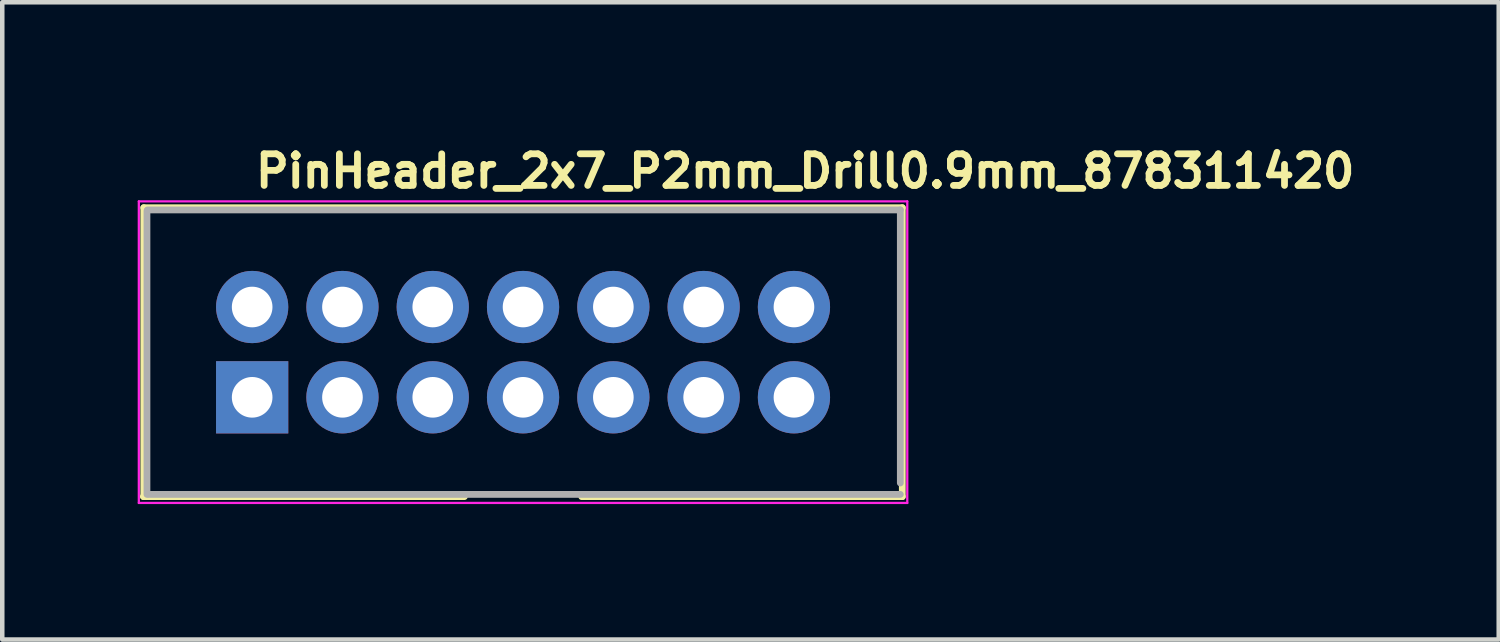
<source format=kicad_pcb>
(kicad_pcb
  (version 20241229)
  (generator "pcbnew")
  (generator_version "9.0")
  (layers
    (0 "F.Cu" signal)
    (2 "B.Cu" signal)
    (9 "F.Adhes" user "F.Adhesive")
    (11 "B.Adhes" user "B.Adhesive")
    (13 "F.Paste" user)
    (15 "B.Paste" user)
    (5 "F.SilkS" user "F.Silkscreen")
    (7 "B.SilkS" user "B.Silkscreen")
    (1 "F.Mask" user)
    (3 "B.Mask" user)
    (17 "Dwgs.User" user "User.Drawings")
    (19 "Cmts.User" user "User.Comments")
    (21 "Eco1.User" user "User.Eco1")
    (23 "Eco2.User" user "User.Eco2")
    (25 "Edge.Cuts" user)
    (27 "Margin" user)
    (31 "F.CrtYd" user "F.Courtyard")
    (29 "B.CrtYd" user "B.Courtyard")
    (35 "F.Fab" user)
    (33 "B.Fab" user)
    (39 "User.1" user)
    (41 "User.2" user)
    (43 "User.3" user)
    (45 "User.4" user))
  (footprint "PinHeader_2x7_P2mm_Drill0.9mm_878311420"
    (layer "F.Cu")
    (at 2.535 5.75)
    (property "Reference" "PinHeader_2x7_P2mm_Drill0.9mm_878311420" (at 0 -4.6 0) (layer "F.SilkS") (effects (font (size 0.7 0.7) (thickness 0.15)) (justify left bottom)))
    (attr through_hole)
    (fp_line (start -2.41 2.2) (end 4.7 2.2) (stroke (width 0.15) (type solid)) (layer "F.SilkS"))
    (fp_line (start -2.4 -4.2) (end 14.4 -4.2) (stroke (width 0.15) (type solid)) (layer "F.SilkS"))
    (fp_line (start -2.4 2.2) (end -2.4 -4.2) (stroke (width 0.15) (type solid)) (layer "F.SilkS"))
    (fp_line (start 14.4 -4.2) (end 14.4 2.2) (stroke (width 0.15) (type solid)) (layer "F.SilkS"))
    (fp_line (start 14.4 2.2) (end 7.3 2.2) (stroke (width 0.15) (type solid)) (layer "F.SilkS"))
    (fp_line (start -2.51 -4.34) (end 14.51 -4.34) (stroke (width 0.05) (type solid)) (layer "F.CrtYd"))
    (fp_line (start -2.51 2.34) (end -2.51 -4.34) (stroke (width 0.05) (type solid)) (layer "F.CrtYd"))
    (fp_line (start -2.51 2.34) (end 14.51 2.34) (stroke (width 0.05) (type solid)) (layer "F.CrtYd"))
    (fp_line (start 14.51 2.34) (end 14.51 -4.34) (stroke (width 0.05) (type solid)) (layer "F.CrtYd"))
    (fp_line (start -2.33 2.15) (end -2.33 -4.13) (stroke (width 0.15) (type solid)) (layer "F.Fab"))
    (fp_line (start 14.356 -4.15) (end -2.32 -4.15) (stroke (width 0.15) (type solid)) (layer "F.Fab"))
    (fp_line (start 14.356 1.898) (end 14.356 -4.15) (stroke (width 0.15) (type solid)) (layer "F.Fab"))
    (fp_line (start 14.356 2.15) (end -2.293 2.15) (stroke (width 0.15) (type solid)) (layer "F.Fab"))
    (fp_rect (start 14.326 2.15) (end -2.325 -4.15) (stroke (width 0.1) (type solid)) (fill no) (layer "User.5"))
    (fp_line (start -2.325 -4.15) (end -2.325 -1.749) (stroke (width 0.02) (type solid)) (layer "User.9"))
    (fp_line (start -2.325 -1.749) (end -2.023 -1.749) (stroke (width 0.02) (type solid)) (layer "User.9"))
    (fp_line (start -2.325 -1.148) (end -2.325 -1.749) (stroke (width 0.02) (type solid)) (layer "User.9"))
    (fp_line (start -2.325 -1.148) (end -1.425 -1.148) (stroke (width 0.02) (type solid)) (layer "User.9"))
    (fp_line (start -2.325 0.15) (end -2.325 -1.148) (stroke (width 0.02) (type solid)) (layer "User.9"))
    (fp_line (start -2.325 0.75) (end -2.325 0.15) (stroke (width 0.02) (type solid)) (layer "User.9"))
    (fp_line (start -2.325 0.75) (end -2.325 2.15) (stroke (width 0.02) (type solid)) (layer "User.9"))
    (fp_line (start -2.023 -3.85) (end 14.026 -3.85) (stroke (width 0.02) (type solid)) (layer "User.9"))
    (fp_line (start -2.023 -1.749) (end -2.023 -3.85) (stroke (width 0.02) (type solid)) (layer "User.9"))
    (fp_line (start -2.023 0.75) (end -2.325 0.75) (stroke (width 0.02) (type solid)) (layer "User.9"))
    (fp_line (start -2.023 1.851) (end -2.023 0.75) (stroke (width 0.02) (type solid)) (layer "User.9"))
    (fp_line (start -1.425 -3.249) (end -2.023 -3.85) (stroke (width 0.02) (type solid)) (layer "User.9"))
    (fp_line (start -1.425 -3.249) (end -1.024 -3.249) (stroke (width 0.02) (type solid)) (layer "User.9"))
    (fp_line (start -1.425 -1.148) (end -2.023 -1.749) (stroke (width 0.02) (type solid)) (layer "User.9"))
    (fp_line (start -1.425 -1.148) (end -1.425 -3.249) (stroke (width 0.02) (type solid)) (layer "User.9"))
    (fp_line (start -1.425 0.15) (end -2.325 0.15) (stroke (width 0.02) (type solid)) (layer "User.9"))
    (fp_line (start -1.425 0.15) (end -2.023 0.75) (stroke (width 0.02) (type solid)) (layer "User.9"))
    (fp_line (start -1.425 1.25) (end -2.023 1.851) (stroke (width 0.02) (type solid)) (layer "User.9"))
    (fp_line (start -1.425 1.25) (end -1.425 0.15) (stroke (width 0.02) (type solid)) (layer "User.9"))
    (fp_line (start -1.024 -3.249) (end -1.024 -3.499) (stroke (width 0.02) (type solid)) (layer "User.9"))
    (fp_line (start -1.024 1.25) (end -1.425 1.25) (stroke (width 0.02) (type solid)) (layer "User.9"))
    (fp_line (start -1.024 1.25) (end -1.024 1.5) (stroke (width 0.02) (type solid)) (layer "User.9"))
    (fp_line (start -0.4 -3.499) (end -1.024 -3.499) (stroke (width 0.02) (type solid)) (layer "User.9"))
    (fp_line (start -0.4 -3.249) (end -0.4 -3.499) (stroke (width 0.02) (type solid)) (layer "User.9"))
    (fp_line (start -0.4 -3.249) (end 0.402 -3.249) (stroke (width 0.02) (type solid)) (layer "User.9"))
    (fp_line (start -0.325 2.13) (end 0.677 2.13) (stroke (width 0.02) (type solid)) (layer "User.9"))
    (fp_line (start -0.325 2.15) (end -2.325 2.15) (stroke (width 0.02) (type solid)) (layer "User.9"))
    (fp_line (start -0.325 2.15) (end -0.325 2.13) (stroke (width 0.02) (type solid)) (layer "User.9"))
    (fp_line (start -0.325 2.15) (end 0.176 2.15) (stroke (width 0.02) (type solid)) (layer "User.9"))
    (fp_line (start -0.248 -1.749) (end -0.248 -2.249) (stroke (width 0.02) (type solid)) (layer "User.9"))
    (fp_line (start -0.248 0.25) (end -0.248 -0.248) (stroke (width 0.02) (type solid)) (layer "User.9"))
    (fp_line (start -0.1 -2.1) (end -0.248 -2.249) (stroke (width 0.02) (type solid)) (layer "User.9"))
    (fp_line (start -0.1 -1.898) (end -0.248 -1.749) (stroke (width 0.02) (type solid)) (layer "User.9"))
    (fp_line (start -0.1 -1.898) (end -0.1 -2.1) (stroke (width 0.02) (type solid)) (layer "User.9"))
    (fp_line (start -0.1 -0.1) (end -0.248 -0.248) (stroke (width 0.02) (type solid)) (layer "User.9"))
    (fp_line (start -0.1 0.102) (end -0.248 0.25) (stroke (width 0.02) (type solid)) (layer "User.9"))
    (fp_line (start -0.1 0.102) (end -0.1 -0.1) (stroke (width 0.02) (type solid)) (layer "User.9"))
    (fp_line (start 0.102 -2.1) (end -0.1 -2.1) (stroke (width 0.02) (type solid)) (layer "User.9"))
    (fp_line (start 0.102 -2.1) (end 0.102 -1.898) (stroke (width 0.02) (type solid)) (layer "User.9"))
    (fp_line (start 0.102 -2.1) (end 0.25 -2.249) (stroke (width 0.02) (type solid)) (layer "User.9"))
    (fp_line (start 0.102 -1.898) (end -0.1 -1.898) (stroke (width 0.02) (type solid)) (layer "User.9"))
    (fp_line (start 0.102 -0.1) (end -0.1 -0.1) (stroke (width 0.02) (type solid)) (layer "User.9"))
    (fp_line (start 0.102 -0.1) (end 0.102 0.102) (stroke (width 0.02) (type solid)) (layer "User.9"))
    (fp_line (start 0.102 -0.1) (end 0.25 -0.248) (stroke (width 0.02) (type solid)) (layer "User.9"))
    (fp_line (start 0.102 0.102) (end -0.1 0.102) (stroke (width 0.02) (type solid)) (layer "User.9"))
    (fp_line (start 0.102 0.102) (end 0.25 0.25) (stroke (width 0.02) (type solid)) (layer "User.9"))
    (fp_line (start 0.176 2.15) (end 0.176 2.13) (stroke (width 0.02) (type solid)) (layer "User.9"))
    (fp_line (start 0.176 2.15) (end 0.677 2.15) (stroke (width 0.02) (type solid)) (layer "User.9"))
    (fp_line (start 0.25 -2.249) (end -0.248 -2.249) (stroke (width 0.02) (type solid)) (layer "User.9"))
    (fp_line (start 0.25 -2.249) (end 0.25 -1.749) (stroke (width 0.02) (type solid)) (layer "User.9"))
    (fp_line (start 0.25 -1.749) (end -0.248 -1.749) (stroke (width 0.02) (type solid)) (layer "User.9"))
    (fp_line (start 0.25 -1.749) (end 0.102 -1.898) (stroke (width 0.02) (type solid)) (layer "User.9"))
    (fp_line (start 0.25 -0.248) (end -0.248 -0.248) (stroke (width 0.02) (type solid)) (layer "User.9"))
    (fp_line (start 0.25 -0.248) (end 0.25 0.25) (stroke (width 0.02) (type solid)) (layer "User.9"))
    (fp_line (start 0.25 0.25) (end -0.248 0.25) (stroke (width 0.02) (type solid)) (layer "User.9"))
    (fp_line (start 0.389 1.25) (end 3.613 1.25) (stroke (width 0.02) (type solid)) (layer "User.9"))
    (fp_line (start 0.389 1.5) (end 0.389 1.25) (stroke (width 0.02) (type solid)) (layer "User.9"))
    (fp_line (start 0.402 -3.249) (end 0.402 -3.499) (stroke (width 0.02) (type solid)) (layer "User.9"))
    (fp_line (start 0.677 2.15) (end 0.677 2.13) (stroke (width 0.02) (type solid)) (layer "User.9"))
    (fp_line (start 1.75 -1.749) (end 1.75 -2.249) (stroke (width 0.02) (type solid)) (layer "User.9"))
    (fp_line (start 1.75 0.25) (end 1.75 -0.248) (stroke (width 0.02) (type solid)) (layer "User.9"))
    (fp_line (start 1.901 -2.1) (end 1.75 -2.249) (stroke (width 0.02) (type solid)) (layer "User.9"))
    (fp_line (start 1.901 -1.898) (end 1.75 -1.749) (stroke (width 0.02) (type solid)) (layer "User.9"))
    (fp_line (start 1.901 -1.898) (end 1.901 -2.1) (stroke (width 0.02) (type solid)) (layer "User.9"))
    (fp_line (start 1.901 -0.1) (end 1.75 -0.248) (stroke (width 0.02) (type solid)) (layer "User.9"))
    (fp_line (start 1.901 0.102) (end 1.75 0.25) (stroke (width 0.02) (type solid)) (layer "User.9"))
    (fp_line (start 1.901 0.102) (end 1.901 -0.1) (stroke (width 0.02) (type solid)) (layer "User.9"))
    (fp_line (start 2.101 -2.1) (end 1.901 -2.1) (stroke (width 0.02) (type solid)) (layer "User.9"))
    (fp_line (start 2.101 -2.1) (end 2.101 -1.898) (stroke (width 0.02) (type solid)) (layer "User.9"))
    (fp_line (start 2.101 -2.1) (end 2.25 -2.249) (stroke (width 0.02) (type solid)) (layer "User.9"))
    (fp_line (start 2.101 -1.898) (end 1.901 -1.898) (stroke (width 0.02) (type solid)) (layer "User.9"))
    (fp_line (start 2.101 -0.1) (end 1.901 -0.1) (stroke (width 0.02) (type solid)) (layer "User.9"))
    (fp_line (start 2.101 -0.1) (end 2.101 0.102) (stroke (width 0.02) (type solid)) (layer "User.9"))
    (fp_line (start 2.101 -0.1) (end 2.25 -0.248) (stroke (width 0.02) (type solid)) (layer "User.9"))
    (fp_line (start 2.101 0.102) (end 1.901 0.102) (stroke (width 0.02) (type solid)) (layer "User.9"))
    (fp_line (start 2.101 0.102) (end 2.25 0.25) (stroke (width 0.02) (type solid)) (layer "User.9"))
    (fp_line (start 2.25 -2.249) (end 1.75 -2.249) (stroke (width 0.02) (type solid)) (layer "User.9"))
    (fp_line (start 2.25 -2.249) (end 2.25 -1.749) (stroke (width 0.02) (type solid)) (layer "User.9"))
    (fp_line (start 2.25 -1.749) (end 1.75 -1.749) (stroke (width 0.02) (type solid)) (layer "User.9"))
    (fp_line (start 2.25 -1.749) (end 2.101 -1.898) (stroke (width 0.02) (type solid)) (layer "User.9"))
    (fp_line (start 2.25 -0.248) (end 1.75 -0.248) (stroke (width 0.02) (type solid)) (layer "User.9"))
    (fp_line (start 2.25 -0.248) (end 2.25 0.25) (stroke (width 0.02) (type solid)) (layer "User.9"))
    (fp_line (start 2.25 0.25) (end 1.75 0.25) (stroke (width 0.02) (type solid)) (layer "User.9"))
    (fp_line (start 3.613 1.5) (end 3.613 1.25) (stroke (width 0.02) (type solid)) (layer "User.9"))
    (fp_line (start 3.75 -1.749) (end 3.75 -2.249) (stroke (width 0.02) (type solid)) (layer "User.9"))
    (fp_line (start 3.75 0.25) (end 3.75 -0.248) (stroke (width 0.02) (type solid)) (layer "User.9"))
    (fp_line (start 3.9 -2.1) (end 3.75 -2.249) (stroke (width 0.02) (type solid)) (layer "User.9"))
    (fp_line (start 3.9 -1.898) (end 3.75 -1.749) (stroke (width 0.02) (type solid)) (layer "User.9"))
    (fp_line (start 3.9 -1.898) (end 3.9 -2.1) (stroke (width 0.02) (type solid)) (layer "User.9"))
    (fp_line (start 3.9 -0.1) (end 3.75 -0.248) (stroke (width 0.02) (type solid)) (layer "User.9"))
    (fp_line (start 3.9 0.102) (end 3.75 0.25) (stroke (width 0.02) (type solid)) (layer "User.9"))
    (fp_line (start 3.9 0.102) (end 3.9 -0.1) (stroke (width 0.02) (type solid)) (layer "User.9"))
    (fp_line (start 4 1.851) (end -2.023 1.851) (stroke (width 0.02) (type solid)) (layer "User.9"))
    (fp_line (start 4 2.15) (end 0.677 2.15) (stroke (width 0.02) (type solid)) (layer "User.9"))
    (fp_line (start 4.05 1.849) (end 4 1.851) (stroke (width 0.02) (type solid)) (layer "User.9"))
    (fp_line (start 4.098 1.845) (end 4.05 1.849) (stroke (width 0.02) (type solid)) (layer "User.9"))
    (fp_line (start 4.1 -2.1) (end 3.9 -2.1) (stroke (width 0.02) (type solid)) (layer "User.9"))
    (fp_line (start 4.1 -2.1) (end 4.1 -1.898) (stroke (width 0.02) (type solid)) (layer "User.9"))
    (fp_line (start 4.1 -2.1) (end 4.25 -2.249) (stroke (width 0.02) (type solid)) (layer "User.9"))
    (fp_line (start 4.1 -1.898) (end 3.9 -1.898) (stroke (width 0.02) (type solid)) (layer "User.9"))
    (fp_line (start 4.1 -0.1) (end 3.9 -0.1) (stroke (width 0.02) (type solid)) (layer "User.9"))
    (fp_line (start 4.1 -0.1) (end 4.1 0.102) (stroke (width 0.02) (type solid)) (layer "User.9"))
    (fp_line (start 4.1 -0.1) (end 4.25 -0.248) (stroke (width 0.02) (type solid)) (layer "User.9"))
    (fp_line (start 4.1 0.102) (end 3.9 0.102) (stroke (width 0.02) (type solid)) (layer "User.9"))
    (fp_line (start 4.1 0.102) (end 4.25 0.25) (stroke (width 0.02) (type solid)) (layer "User.9"))
    (fp_line (start 4.146 1.837) (end 4.098 1.845) (stroke (width 0.02) (type solid)) (layer "User.9"))
    (fp_line (start 4.194 1.827) (end 4.146 1.837) (stroke (width 0.02) (type solid)) (layer "User.9"))
    (fp_line (start 4.241 1.813) (end 4.194 1.827) (stroke (width 0.02) (type solid)) (layer "User.9"))
    (fp_line (start 4.25 -2.249) (end 3.75 -2.249) (stroke (width 0.02) (type solid)) (layer "User.9"))
    (fp_line (start 4.25 -2.249) (end 4.25 -1.749) (stroke (width 0.02) (type solid)) (layer "User.9"))
    (fp_line (start 4.25 -1.749) (end 3.75 -1.749) (stroke (width 0.02) (type solid)) (layer "User.9"))
    (fp_line (start 4.25 -1.749) (end 4.1 -1.898) (stroke (width 0.02) (type solid)) (layer "User.9"))
    (fp_line (start 4.25 -0.248) (end 3.75 -0.248) (stroke (width 0.02) (type solid)) (layer "User.9"))
    (fp_line (start 4.25 -0.248) (end 4.25 0.25) (stroke (width 0.02) (type solid)) (layer "User.9"))
    (fp_line (start 4.25 0.25) (end 3.75 0.25) (stroke (width 0.02) (type solid)) (layer "User.9"))
    (fp_line (start 4.287 1.797) (end 4.241 1.813) (stroke (width 0.02) (type solid)) (layer "User.9"))
    (fp_line (start 4.332 1.778) (end 4.287 1.797) (stroke (width 0.02) (type solid)) (layer "User.9"))
    (fp_line (start 4.374 1.758) (end 4.332 1.778) (stroke (width 0.02) (type solid)) (layer "User.9"))
    (fp_line (start 4.417 1.734) (end 4.374 1.758) (stroke (width 0.02) (type solid)) (layer "User.9"))
    (fp_line (start 4.457 1.708) (end 4.417 1.734) (stroke (width 0.02) (type solid)) (layer "User.9"))
    (fp_line (start 4.497 1.678) (end 4.457 1.708) (stroke (width 0.02) (type solid)) (layer "User.9"))
    (fp_line (start 4.534 1.647) (end 4.497 1.678) (stroke (width 0.02) (type solid)) (layer "User.9"))
    (fp_line (start 4.566 2.15) (end 4 2.15) (stroke (width 0.02) (type solid)) (layer "User.9"))
    (fp_line (start 4.566 2.15) (end 4.566 2.15) (stroke (width 0.02) (type solid)) (layer "User.9"))
    (fp_line (start 4.569 1.613) (end 4.534 1.647) (stroke (width 0.02) (type solid)) (layer "User.9"))
    (fp_line (start 4.603 1.579) (end 4.569 1.613) (stroke (width 0.02) (type solid)) (layer "User.9"))
    (fp_line (start 4.633 1.541) (end 4.603 1.579) (stroke (width 0.02) (type solid)) (layer "User.9"))
    (fp_line (start 4.662 1.5) (end -1.024 1.5) (stroke (width 0.02) (type solid)) (layer "User.9"))
    (fp_line (start 4.662 1.5) (end 4.633 1.541) (stroke (width 0.02) (type solid)) (layer "User.9"))
    (fp_line (start 4.678 2.15) (end 4.566 2.15) (stroke (width 0.02) (type solid)) (layer "User.9"))
    (fp_line (start 4.678 2.15) (end 4.678 2.15) (stroke (width 0.02) (type solid)) (layer "User.9"))
    (fp_line (start 4.721 2.15) (end 4.678 2.15) (stroke (width 0.02) (type solid)) (layer "User.9"))
    (fp_line (start 4.721 2.15) (end 4.721 2.15) (stroke (width 0.02) (type solid)) (layer "User.9"))
    (fp_line (start 4.757 2.15) (end 4.721 2.15) (stroke (width 0.02) (type solid)) (layer "User.9"))
    (fp_line (start 4.757 2.15) (end 4.757 2.15) (stroke (width 0.02) (type solid)) (layer "User.9"))
    (fp_line (start 4.781 2.15) (end 4.757 2.15) (stroke (width 0.02) (type solid)) (layer "User.9"))
    (fp_line (start 4.781 2.15) (end 4.781 2.15) (stroke (width 0.02) (type solid)) (layer "User.9"))
    (fp_line (start 4.795 2.15) (end 4.781 2.15) (stroke (width 0.02) (type solid)) (layer "User.9"))
    (fp_line (start 4.795 2.15) (end 4.795 2.15) (stroke (width 0.02) (type solid)) (layer "User.9"))
    (fp_line (start 4.8 1.5) (end 4.662 1.5) (stroke (width 0.02) (type solid)) (layer "User.9"))
    (fp_line (start 4.8 2.15) (end 4.795 2.15) (stroke (width 0.02) (type solid)) (layer "User.9"))
    (fp_line (start 4.8 2.15) (end 4.8 1.5) (stroke (width 0.02) (type solid)) (layer "User.9"))
    (fp_line (start 4.8 2.15) (end 7.202 2.15) (stroke (width 0.02) (type solid)) (layer "User.9"))
    (fp_line (start 5.601 -3.499) (end 0.402 -3.499) (stroke (width 0.02) (type solid)) (layer "User.9"))
    (fp_line (start 5.601 -3.499) (end 5.601 -3.249) (stroke (width 0.02) (type solid)) (layer "User.9"))
    (fp_line (start 5.601 -3.249) (end 6.401 -3.249) (stroke (width 0.02) (type solid)) (layer "User.9"))
    (fp_line (start 5.75 -1.749) (end 5.75 -2.249) (stroke (width 0.02) (type solid)) (layer "User.9"))
    (fp_line (start 5.75 0.25) (end 5.75 -0.248) (stroke (width 0.02) (type solid)) (layer "User.9"))
    (fp_line (start 5.901 -2.1) (end 5.75 -2.249) (stroke (width 0.02) (type solid)) (layer "User.9"))
    (fp_line (start 5.901 -1.898) (end 5.75 -1.749) (stroke (width 0.02) (type solid)) (layer "User.9"))
    (fp_line (start 5.901 -1.898) (end 5.901 -2.1) (stroke (width 0.02) (type solid)) (layer "User.9"))
    (fp_line (start 5.901 -0.1) (end 5.75 -0.248) (stroke (width 0.02) (type solid)) (layer "User.9"))
    (fp_line (start 5.901 0.102) (end 5.75 0.25) (stroke (width 0.02) (type solid)) (layer "User.9"))
    (fp_line (start 5.901 0.102) (end 5.901 -0.1) (stroke (width 0.02) (type solid)) (layer "User.9"))
    (fp_line (start 6.101 -2.1) (end 5.901 -2.1) (stroke (width 0.02) (type solid)) (layer "User.9"))
    (fp_line (start 6.101 -2.1) (end 6.101 -1.898) (stroke (width 0.02) (type solid)) (layer "User.9"))
    (fp_line (start 6.101 -2.1) (end 6.25 -2.249) (stroke (width 0.02) (type solid)) (layer "User.9"))
    (fp_line (start 6.101 -1.898) (end 5.901 -1.898) (stroke (width 0.02) (type solid)) (layer "User.9"))
    (fp_line (start 6.101 -0.1) (end 5.901 -0.1) (stroke (width 0.02) (type solid)) (layer "User.9"))
    (fp_line (start 6.101 -0.1) (end 6.101 0.102) (stroke (width 0.02) (type solid)) (layer "User.9"))
    (fp_line (start 6.101 -0.1) (end 6.25 -0.248) (stroke (width 0.02) (type solid)) (layer "User.9"))
    (fp_line (start 6.101 0.102) (end 5.901 0.102) (stroke (width 0.02) (type solid)) (layer "User.9"))
    (fp_line (start 6.101 0.102) (end 6.25 0.25) (stroke (width 0.02) (type solid)) (layer "User.9"))
    (fp_line (start 6.25 -2.249) (end 5.75 -2.249) (stroke (width 0.02) (type solid)) (layer "User.9"))
    (fp_line (start 6.25 -2.249) (end 6.25 -1.749) (stroke (width 0.02) (type solid)) (layer "User.9"))
    (fp_line (start 6.25 -1.749) (end 5.75 -1.749) (stroke (width 0.02) (type solid)) (layer "User.9"))
    (fp_line (start 6.25 -1.749) (end 6.101 -1.898) (stroke (width 0.02) (type solid)) (layer "User.9"))
    (fp_line (start 6.25 -0.248) (end 5.75 -0.248) (stroke (width 0.02) (type solid)) (layer "User.9"))
    (fp_line (start 6.25 -0.248) (end 6.25 0.25) (stroke (width 0.02) (type solid)) (layer "User.9"))
    (fp_line (start 6.25 0.25) (end 5.75 0.25) (stroke (width 0.02) (type solid)) (layer "User.9"))
    (fp_line (start 6.401 -3.249) (end 6.401 -3.499) (stroke (width 0.02) (type solid)) (layer "User.9"))
    (fp_line (start 7.202 2.15) (end 7.202 1.5) (stroke (width 0.02) (type solid)) (layer "User.9"))
    (fp_line (start 7.207 2.15) (end 7.202 2.15) (stroke (width 0.02) (type solid)) (layer "User.9"))
    (fp_line (start 7.207 2.15) (end 7.207 2.15) (stroke (width 0.02) (type solid)) (layer "User.9"))
    (fp_line (start 7.221 2.15) (end 7.207 2.15) (stroke (width 0.02) (type solid)) (layer "User.9"))
    (fp_line (start 7.221 2.15) (end 7.221 2.15) (stroke (width 0.02) (type solid)) (layer "User.9"))
    (fp_line (start 7.245 2.15) (end 7.221 2.15) (stroke (width 0.02) (type solid)) (layer "User.9"))
    (fp_line (start 7.245 2.15) (end 7.245 2.15) (stroke (width 0.02) (type solid)) (layer "User.9"))
    (fp_line (start 7.281 2.15) (end 7.245 2.15) (stroke (width 0.02) (type solid)) (layer "User.9"))
    (fp_line (start 7.281 2.15) (end 7.281 2.15) (stroke (width 0.02) (type solid)) (layer "User.9"))
    (fp_line (start 7.324 2.15) (end 7.281 2.15) (stroke (width 0.02) (type solid)) (layer "User.9"))
    (fp_line (start 7.324 2.15) (end 7.324 2.15) (stroke (width 0.02) (type solid)) (layer "User.9"))
    (fp_line (start 7.34 1.5) (end 7.202 1.5) (stroke (width 0.02) (type solid)) (layer "User.9"))
    (fp_line (start 7.369 1.541) (end 7.34 1.5) (stroke (width 0.02) (type solid)) (layer "User.9"))
    (fp_line (start 7.375 2.15) (end 7.324 2.15) (stroke (width 0.02) (type solid)) (layer "User.9"))
    (fp_line (start 7.375 2.15) (end 7.375 2.15) (stroke (width 0.02) (type solid)) (layer "User.9"))
    (fp_line (start 7.399 1.579) (end 7.369 1.541) (stroke (width 0.02) (type solid)) (layer "User.9"))
    (fp_line (start 7.433 1.613) (end 7.399 1.579) (stroke (width 0.02) (type solid)) (layer "User.9"))
    (fp_line (start 7.436 2.15) (end 7.375 2.15) (stroke (width 0.02) (type solid)) (layer "User.9"))
    (fp_line (start 7.436 2.15) (end 7.436 2.15) (stroke (width 0.02) (type solid)) (layer "User.9"))
    (fp_line (start 7.468 1.647) (end 7.433 1.613) (stroke (width 0.02) (type solid)) (layer "User.9"))
    (fp_line (start 7.505 1.678) (end 7.468 1.647) (stroke (width 0.02) (type solid)) (layer "User.9"))
    (fp_line (start 7.545 1.708) (end 7.505 1.678) (stroke (width 0.02) (type solid)) (layer "User.9"))
    (fp_line (start 7.585 1.734) (end 7.545 1.708) (stroke (width 0.02) (type solid)) (layer "User.9"))
    (fp_line (start 7.627 1.758) (end 7.585 1.734) (stroke (width 0.02) (type solid)) (layer "User.9"))
    (fp_line (start 7.67 1.778) (end 7.627 1.758) (stroke (width 0.02) (type solid)) (layer "User.9"))
    (fp_line (start 7.715 1.797) (end 7.67 1.778) (stroke (width 0.02) (type solid)) (layer "User.9"))
    (fp_line (start 7.75 -1.749) (end 7.75 -2.249) (stroke (width 0.02) (type solid)) (layer "User.9"))
    (fp_line (start 7.75 0.25) (end 7.75 -0.248) (stroke (width 0.02) (type solid)) (layer "User.9"))
    (fp_line (start 7.761 1.813) (end 7.715 1.797) (stroke (width 0.02) (type solid)) (layer "User.9"))
    (fp_line (start 7.808 1.827) (end 7.761 1.813) (stroke (width 0.02) (type solid)) (layer "User.9"))
    (fp_line (start 7.856 1.837) (end 7.808 1.827) (stroke (width 0.02) (type solid)) (layer "User.9"))
    (fp_line (start 7.901 -2.1) (end 7.75 -2.249) (stroke (width 0.02) (type solid)) (layer "User.9"))
    (fp_line (start 7.901 -1.898) (end 7.75 -1.749) (stroke (width 0.02) (type solid)) (layer "User.9"))
    (fp_line (start 7.901 -1.898) (end 7.901 -2.1) (stroke (width 0.02) (type solid)) (layer "User.9"))
    (fp_line (start 7.901 -0.1) (end 7.75 -0.248) (stroke (width 0.02) (type solid)) (layer "User.9"))
    (fp_line (start 7.901 0.102) (end 7.75 0.25) (stroke (width 0.02) (type solid)) (layer "User.9"))
    (fp_line (start 7.901 0.102) (end 7.901 -0.1) (stroke (width 0.02) (type solid)) (layer "User.9"))
    (fp_line (start 7.904 1.845) (end 7.856 1.837) (stroke (width 0.02) (type solid)) (layer "User.9"))
    (fp_line (start 7.952 1.849) (end 7.904 1.845) (stroke (width 0.02) (type solid)) (layer "User.9"))
    (fp_line (start 8 1.851) (end 7.952 1.849) (stroke (width 0.02) (type solid)) (layer "User.9"))
    (fp_line (start 8 2.15) (end 7.436 2.15) (stroke (width 0.02) (type solid)) (layer "User.9"))
    (fp_line (start 8.1 -2.1) (end 7.901 -2.1) (stroke (width 0.02) (type solid)) (layer "User.9"))
    (fp_line (start 8.1 -2.1) (end 8.1 -1.898) (stroke (width 0.02) (type solid)) (layer "User.9"))
    (fp_line (start 8.1 -2.1) (end 8.25 -2.249) (stroke (width 0.02) (type solid)) (layer "User.9"))
    (fp_line (start 8.1 -1.898) (end 7.901 -1.898) (stroke (width 0.02) (type solid)) (layer "User.9"))
    (fp_line (start 8.1 -0.1) (end 7.901 -0.1) (stroke (width 0.02) (type solid)) (layer "User.9"))
    (fp_line (start 8.1 -0.1) (end 8.1 0.102) (stroke (width 0.02) (type solid)) (layer "User.9"))
    (fp_line (start 8.1 -0.1) (end 8.25 -0.248) (stroke (width 0.02) (type solid)) (layer "User.9"))
    (fp_line (start 8.1 0.102) (end 7.901 0.102) (stroke (width 0.02) (type solid)) (layer "User.9"))
    (fp_line (start 8.1 0.102) (end 8.25 0.25) (stroke (width 0.02) (type solid)) (layer "User.9"))
    (fp_line (start 8.25 -2.249) (end 7.75 -2.249) (stroke (width 0.02) (type solid)) (layer "User.9"))
    (fp_line (start 8.25 -2.249) (end 8.25 -1.749) (stroke (width 0.02) (type solid)) (layer "User.9"))
    (fp_line (start 8.25 -1.749) (end 7.75 -1.749) (stroke (width 0.02) (type solid)) (layer "User.9"))
    (fp_line (start 8.25 -1.749) (end 8.1 -1.898) (stroke (width 0.02) (type solid)) (layer "User.9"))
    (fp_line (start 8.25 -0.248) (end 7.75 -0.248) (stroke (width 0.02) (type solid)) (layer "User.9"))
    (fp_line (start 8.25 -0.248) (end 8.25 0.25) (stroke (width 0.02) (type solid)) (layer "User.9"))
    (fp_line (start 8.25 0.25) (end 7.75 0.25) (stroke (width 0.02) (type solid)) (layer "User.9"))
    (fp_line (start 8.388 1.25) (end 11.613 1.25) (stroke (width 0.02) (type solid)) (layer "User.9"))
    (fp_line (start 8.388 1.5) (end 8.388 1.25) (stroke (width 0.02) (type solid)) (layer "User.9"))
    (fp_line (start 9.75 -1.749) (end 9.75 -2.249) (stroke (width 0.02) (type solid)) (layer "User.9"))
    (fp_line (start 9.75 0.25) (end 9.75 -0.248) (stroke (width 0.02) (type solid)) (layer "User.9"))
    (fp_line (start 9.901 -2.1) (end 9.75 -2.249) (stroke (width 0.02) (type solid)) (layer "User.9"))
    (fp_line (start 9.901 -1.898) (end 9.75 -1.749) (stroke (width 0.02) (type solid)) (layer "User.9"))
    (fp_line (start 9.901 -1.898) (end 9.901 -2.1) (stroke (width 0.02) (type solid)) (layer "User.9"))
    (fp_line (start 9.901 -0.1) (end 9.75 -0.248) (stroke (width 0.02) (type solid)) (layer "User.9"))
    (fp_line (start 9.901 0.102) (end 9.75 0.25) (stroke (width 0.02) (type solid)) (layer "User.9"))
    (fp_line (start 9.901 0.102) (end 9.901 -0.1) (stroke (width 0.02) (type solid)) (layer "User.9"))
    (fp_line (start 10.1 -2.1) (end 9.901 -2.1) (stroke (width 0.02) (type solid)) (layer "User.9"))
    (fp_line (start 10.1 -2.1) (end 10.1 -1.898) (stroke (width 0.02) (type solid)) (layer "User.9"))
    (fp_line (start 10.1 -2.1) (end 10.25 -2.249) (stroke (width 0.02) (type solid)) (layer "User.9"))
    (fp_line (start 10.1 -1.898) (end 9.901 -1.898) (stroke (width 0.02) (type solid)) (layer "User.9"))
    (fp_line (start 10.1 -0.1) (end 9.901 -0.1) (stroke (width 0.02) (type solid)) (layer "User.9"))
    (fp_line (start 10.1 -0.1) (end 10.1 0.102) (stroke (width 0.02) (type solid)) (layer "User.9"))
    (fp_line (start 10.1 -0.1) (end 10.25 -0.248) (stroke (width 0.02) (type solid)) (layer "User.9"))
    (fp_line (start 10.1 0.102) (end 9.901 0.102) (stroke (width 0.02) (type solid)) (layer "User.9"))
    (fp_line (start 10.1 0.102) (end 10.25 0.25) (stroke (width 0.02) (type solid)) (layer "User.9"))
    (fp_line (start 10.25 -2.249) (end 9.75 -2.249) (stroke (width 0.02) (type solid)) (layer "User.9"))
    (fp_line (start 10.25 -2.249) (end 10.25 -1.749) (stroke (width 0.02) (type solid)) (layer "User.9"))
    (fp_line (start 10.25 -1.749) (end 9.75 -1.749) (stroke (width 0.02) (type solid)) (layer "User.9"))
    (fp_line (start 10.25 -1.749) (end 10.1 -1.898) (stroke (width 0.02) (type solid)) (layer "User.9"))
    (fp_line (start 10.25 -0.248) (end 9.75 -0.248) (stroke (width 0.02) (type solid)) (layer "User.9"))
    (fp_line (start 10.25 -0.248) (end 10.25 0.25) (stroke (width 0.02) (type solid)) (layer "User.9"))
    (fp_line (start 10.25 0.25) (end 9.75 0.25) (stroke (width 0.02) (type solid)) (layer "User.9"))
    (fp_line (start 11.6 -3.499) (end 6.401 -3.499) (stroke (width 0.02) (type solid)) (layer "User.9"))
    (fp_line (start 11.6 -3.249) (end 11.6 -3.499) (stroke (width 0.02) (type solid)) (layer "User.9"))
    (fp_line (start 11.6 -3.249) (end 12.401 -3.249) (stroke (width 0.02) (type solid)) (layer "User.9"))
    (fp_line (start 11.613 1.5) (end 11.613 1.25) (stroke (width 0.02) (type solid)) (layer "User.9"))
    (fp_line (start 11.75 -1.749) (end 11.75 -2.249) (stroke (width 0.02) (type solid)) (layer "User.9"))
    (fp_line (start 11.75 0.25) (end 11.75 -0.248) (stroke (width 0.02) (type solid)) (layer "User.9"))
    (fp_line (start 11.901 -2.1) (end 11.75 -2.249) (stroke (width 0.02) (type solid)) (layer "User.9"))
    (fp_line (start 11.901 -1.898) (end 11.75 -1.749) (stroke (width 0.02) (type solid)) (layer "User.9"))
    (fp_line (start 11.901 -1.898) (end 11.901 -2.1) (stroke (width 0.02) (type solid)) (layer "User.9"))
    (fp_line (start 11.901 -0.1) (end 11.75 -0.248) (stroke (width 0.02) (type solid)) (layer "User.9"))
    (fp_line (start 11.901 0.102) (end 11.75 0.25) (stroke (width 0.02) (type solid)) (layer "User.9"))
    (fp_line (start 11.901 0.102) (end 11.901 -0.1) (stroke (width 0.02) (type solid)) (layer "User.9"))
    (fp_line (start 12.1 -2.1) (end 11.901 -2.1) (stroke (width 0.02) (type solid)) (layer "User.9"))
    (fp_line (start 12.1 -2.1) (end 12.1 -1.898) (stroke (width 0.02) (type solid)) (layer "User.9"))
    (fp_line (start 12.1 -2.1) (end 12.25 -2.249) (stroke (width 0.02) (type solid)) (layer "User.9"))
    (fp_line (start 12.1 -1.898) (end 11.901 -1.898) (stroke (width 0.02) (type solid)) (layer "User.9"))
    (fp_line (start 12.1 -0.1) (end 11.901 -0.1) (stroke (width 0.02) (type solid)) (layer "User.9"))
    (fp_line (start 12.1 -0.1) (end 12.1 0.102) (stroke (width 0.02) (type solid)) (layer "User.9"))
    (fp_line (start 12.1 -0.1) (end 12.25 -0.248) (stroke (width 0.02) (type solid)) (layer "User.9"))
    (fp_line (start 12.1 0.102) (end 11.901 0.102) (stroke (width 0.02) (type solid)) (layer "User.9"))
    (fp_line (start 12.1 0.102) (end 12.25 0.25) (stroke (width 0.02) (type solid)) (layer "User.9"))
    (fp_line (start 12.25 -2.249) (end 11.75 -2.249) (stroke (width 0.02) (type solid)) (layer "User.9"))
    (fp_line (start 12.25 -2.249) (end 12.25 -1.749) (stroke (width 0.02) (type solid)) (layer "User.9"))
    (fp_line (start 12.25 -1.749) (end 11.75 -1.749) (stroke (width 0.02) (type solid)) (layer "User.9"))
    (fp_line (start 12.25 -1.749) (end 12.1 -1.898) (stroke (width 0.02) (type solid)) (layer "User.9"))
    (fp_line (start 12.25 -0.248) (end 11.75 -0.248) (stroke (width 0.02) (type solid)) (layer "User.9"))
    (fp_line (start 12.25 -0.248) (end 12.25 0.25) (stroke (width 0.02) (type solid)) (layer "User.9"))
    (fp_line (start 12.25 0.25) (end 11.75 0.25) (stroke (width 0.02) (type solid)) (layer "User.9"))
    (fp_line (start 12.401 -3.249) (end 12.401 -3.499) (stroke (width 0.02) (type solid)) (layer "User.9"))
    (fp_line (start 13.026 -3.499) (end 12.401 -3.499) (stroke (width 0.02) (type solid)) (layer "User.9"))
    (fp_line (start 13.026 -3.249) (end 13.026 -3.499) (stroke (width 0.02) (type solid)) (layer "User.9"))
    (fp_line (start 13.026 -3.249) (end 13.426 -3.249) (stroke (width 0.02) (type solid)) (layer "User.9"))
    (fp_line (start 13.026 1.25) (end 13.026 1.5) (stroke (width 0.02) (type solid)) (layer "User.9"))
    (fp_line (start 13.026 1.5) (end 7.34 1.5) (stroke (width 0.02) (type solid)) (layer "User.9"))
    (fp_line (start 13.426 -3.249) (end 13.426 -2.148) (stroke (width 0.02) (type solid)) (layer "User.9"))
    (fp_line (start 13.426 -3.249) (end 14.026 -3.85) (stroke (width 0.02) (type solid)) (layer "User.9"))
    (fp_line (start 13.426 -2.148) (end 14.026 -2.749) (stroke (width 0.02) (type solid)) (layer "User.9"))
    (fp_line (start 13.426 -2.148) (end 14.326 -2.148) (stroke (width 0.02) (type solid)) (layer "User.9"))
    (fp_line (start 13.426 -0.848) (end 13.426 1.25) (stroke (width 0.02) (type solid)) (layer "User.9"))
    (fp_line (start 13.426 -0.848) (end 14.026 -0.248) (stroke (width 0.02) (type solid)) (layer "User.9"))
    (fp_line (start 13.426 1.25) (end 13.026 1.25) (stroke (width 0.02) (type solid)) (layer "User.9"))
    (fp_line (start 13.426 1.25) (end 14.026 1.851) (stroke (width 0.02) (type solid)) (layer "User.9"))
    (fp_line (start 14.026 -3.85) (end 14.026 -2.749) (stroke (width 0.02) (type solid)) (layer "User.9"))
    (fp_line (start 14.026 -2.749) (end 14.326 -2.749) (stroke (width 0.02) (type solid)) (layer "User.9"))
    (fp_line (start 14.026 -0.248) (end 14.026 1.851) (stroke (width 0.02) (type solid)) (layer "User.9"))
    (fp_line (start 14.026 1.851) (end 8 1.851) (stroke (width 0.02) (type solid)) (layer "User.9"))
    (fp_line (start 14.326 -4.15) (end -2.325 -4.15) (stroke (width 0.02) (type solid)) (layer "User.9"))
    (fp_line (start 14.326 -4.15) (end 14.326 -2.749) (stroke (width 0.02) (type solid)) (layer "User.9"))
    (fp_line (start 14.326 -2.749) (end 14.326 -2.148) (stroke (width 0.02) (type solid)) (layer "User.9"))
    (fp_line (start 14.326 -0.848) (end 13.426 -0.848) (stroke (width 0.02) (type solid)) (layer "User.9"))
    (fp_line (start 14.326 -0.848) (end 14.326 -2.148) (stroke (width 0.02) (type solid)) (layer "User.9"))
    (fp_line (start 14.326 -0.848) (end 14.326 -0.248) (stroke (width 0.02) (type solid)) (layer "User.9"))
    (fp_line (start 14.326 -0.248) (end 14.026 -0.248) (stroke (width 0.02) (type solid)) (layer "User.9"))
    (fp_line (start 14.326 -0.248) (end 14.326 2.15) (stroke (width 0.02) (type solid)) (layer "User.9"))
    (fp_line (start 14.326 2.15) (end 8 2.15) (stroke (width 0.02) (type solid)) (layer "User.9"))
    (pad "1" thru_hole rect (at 0 0 180) (size 1.6 1.6) (drill 0.9) (layers "*.Cu" "*.Mask"))
    (pad "2" thru_hole circle (at 0 -2 180) (size 1.6 1.6) (drill 0.9) (layers "*.Cu" "*.Mask"))
    (pad "3" thru_hole circle (at 2 0 180) (size 1.6 1.6) (drill 0.9) (layers "*.Cu" "*.Mask"))
    (pad "4" thru_hole circle (at 2 -2 180) (size 1.6 1.6) (drill 0.9) (layers "*.Cu" "*.Mask"))
    (pad "5" thru_hole circle (at 4 0 180) (size 1.6 1.6) (drill 0.9) (layers "*.Cu" "*.Mask"))
    (pad "6" thru_hole circle (at 4 -2 180) (size 1.6 1.6) (drill 0.9) (layers "*.Cu" "*.Mask"))
    (pad "7" thru_hole circle (at 6 0 180) (size 1.6 1.6) (drill 0.9) (layers "*.Cu" "*.Mask"))
    (pad "8" thru_hole circle (at 6 -2 180) (size 1.6 1.6) (drill 0.9) (layers "*.Cu" "*.Mask"))
    (pad "9" thru_hole circle (at 8 0 180) (size 1.6 1.6) (drill 0.9) (layers "*.Cu" "*.Mask"))
    (pad "10" thru_hole circle (at 8 -2 180) (size 1.6 1.6) (drill 0.9) (layers "*.Cu" "*.Mask"))
    (pad "11" thru_hole circle (at 10 0 180) (size 1.6 1.6) (drill 0.9) (layers "*.Cu" "*.Mask"))
    (pad "12" thru_hole circle (at 10 -2 180) (size 1.6 1.6) (drill 0.9) (layers "*.Cu" "*.Mask"))
    (pad "13" thru_hole circle (at 12 0 180) (size 1.6 1.6) (drill 0.9) (layers "*.Cu" "*.Mask"))
    (pad "14" thru_hole circle (at 12 -2 180) (size 1.6 1.6) (drill 0.9) (layers "*.Cu" "*.Mask")))
  (gr_rect
    (start -3 -3)
    (end 30.145 11.115)
    (stroke (width 0.1) (type default))
    (fill no)
    (layer "Edge.Cuts")))
</source>
